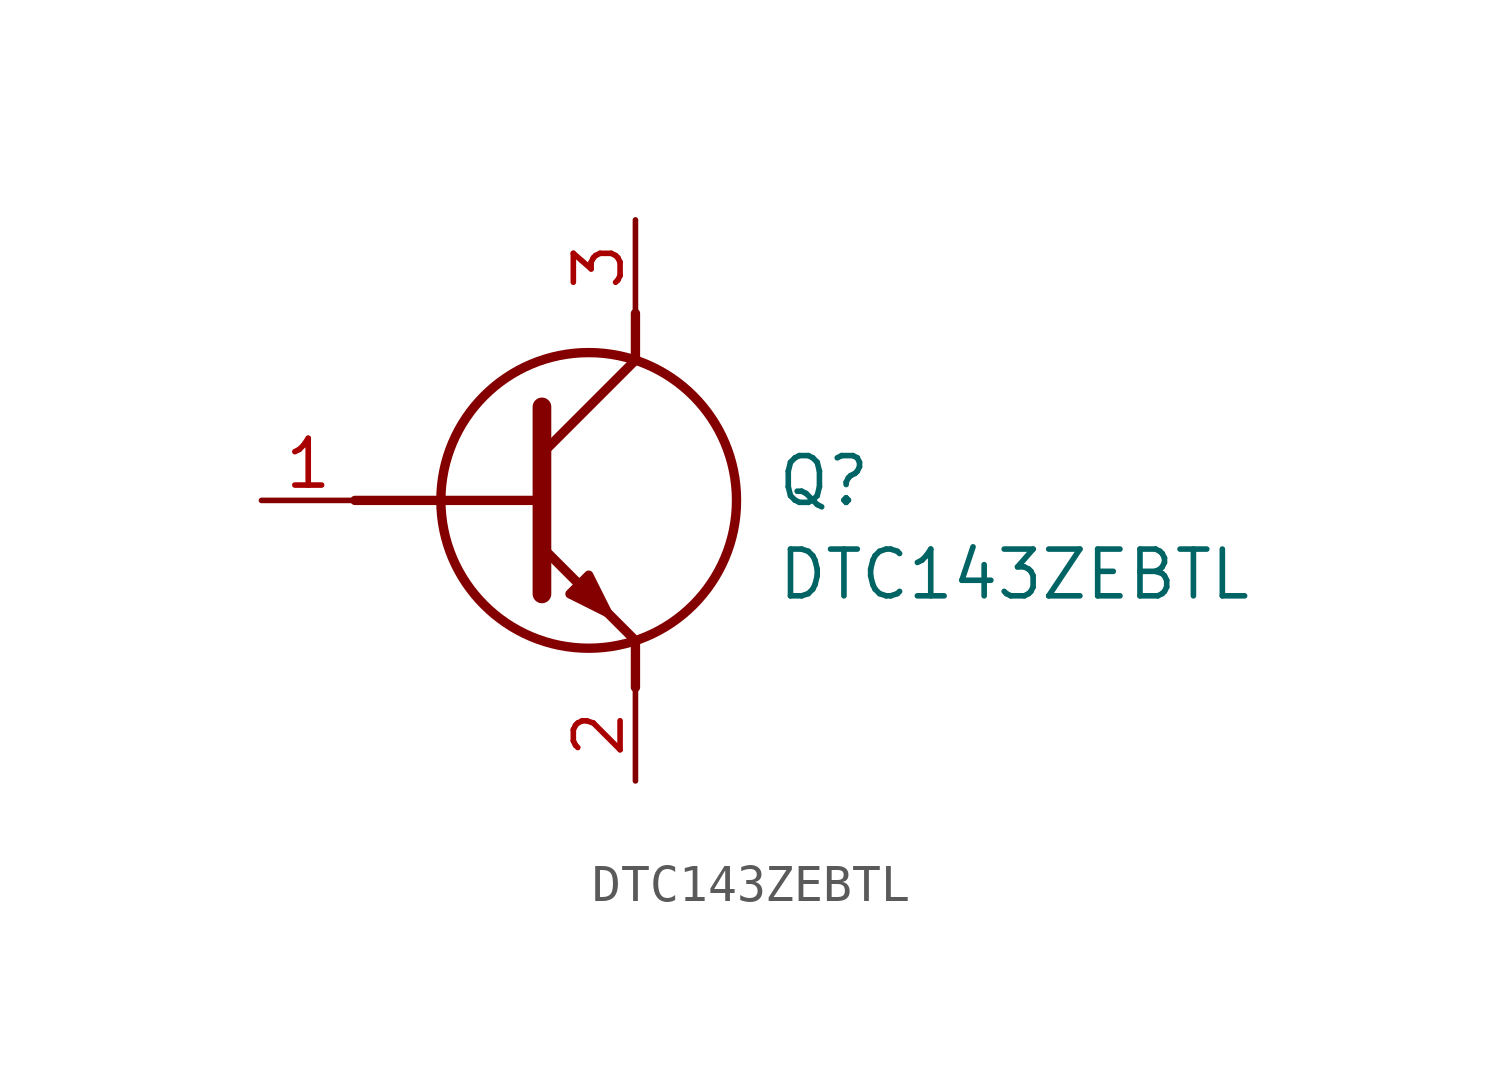
<source format=kicad_sym>
(kicad_symbol_lib
  (version 20211014)
  (generator SamacSys_ECAD_Model)
  (symbol "DTC143ZEBTL"
    (pin_names hide)
    (property "Reference" "Q"
      (at 13.97 1.27 0)
      (effects (font (size 1.27 1.27)) (justify left top)))
    (property "Value" "DTC143ZEBTL"
      (at 13.97 -1.27 0)
      (effects (font (size 1.27 1.27)) (justify left top)))
    (polyline
      (pts (xy 7.62 2.54) (xy 7.62 -2.54))
      (stroke (width 0.508) (type default))
      (fill (type none)))
    (polyline
      (pts (xy 7.62 1.27) (xy 10.16 3.81))
      (stroke (width 0.254) (type default))
      (fill (type none)))
    (polyline
      (pts (xy 7.62 -1.27) (xy 10.16 -3.81))
      (stroke (width 0.254) (type default))
      (fill (type none)))
    (polyline
      (pts (xy 10.16 -3.81) (xy 10.16 -5.08))
      (stroke (width 0.254) (type default))
      (fill (type none)))
    (polyline
      (pts (xy 10.16 3.81) (xy 10.16 5.08))
      (stroke (width 0.254) (type default))
      (fill (type none)))
    (polyline
      (pts (xy 2.54 0) (xy 7.62 0))
      (stroke (width 0.254) (type default))
      (fill (type none)))
    (circle
      (center 8.89 0)
      (radius 4.016)
      (stroke (width 0.254) (type default))
      (fill (type none)))
    (polyline
      (pts (xy 8.382 -2.54) (xy 8.89 -2.032) (xy 9.398 -3.048) (xy 8.382 -2.54))
      (stroke (width 0.254) (type default))
      (fill (type outline)))
    (pin passive line
      (at 0 0 0)
      (length 2.54)
      (name "B" (effects (font (size 1.27 1.27))))
      (number "1" (effects (font (size 1.27 1.27)))))
    (pin passive line
      (at 10.16 -7.62 90)
      (length 2.54)
      (name "E" (effects (font (size 1.27 1.27))))
      (number "2" (effects (font (size 1.27 1.27)))))
    (pin passive line
      (at 10.16 7.62 270)
      (length 2.54)
      (name "C" (effects (font (size 1.27 1.27))))
      (number "3" (effects (font (size 1.27 1.27)))))))
</source>
